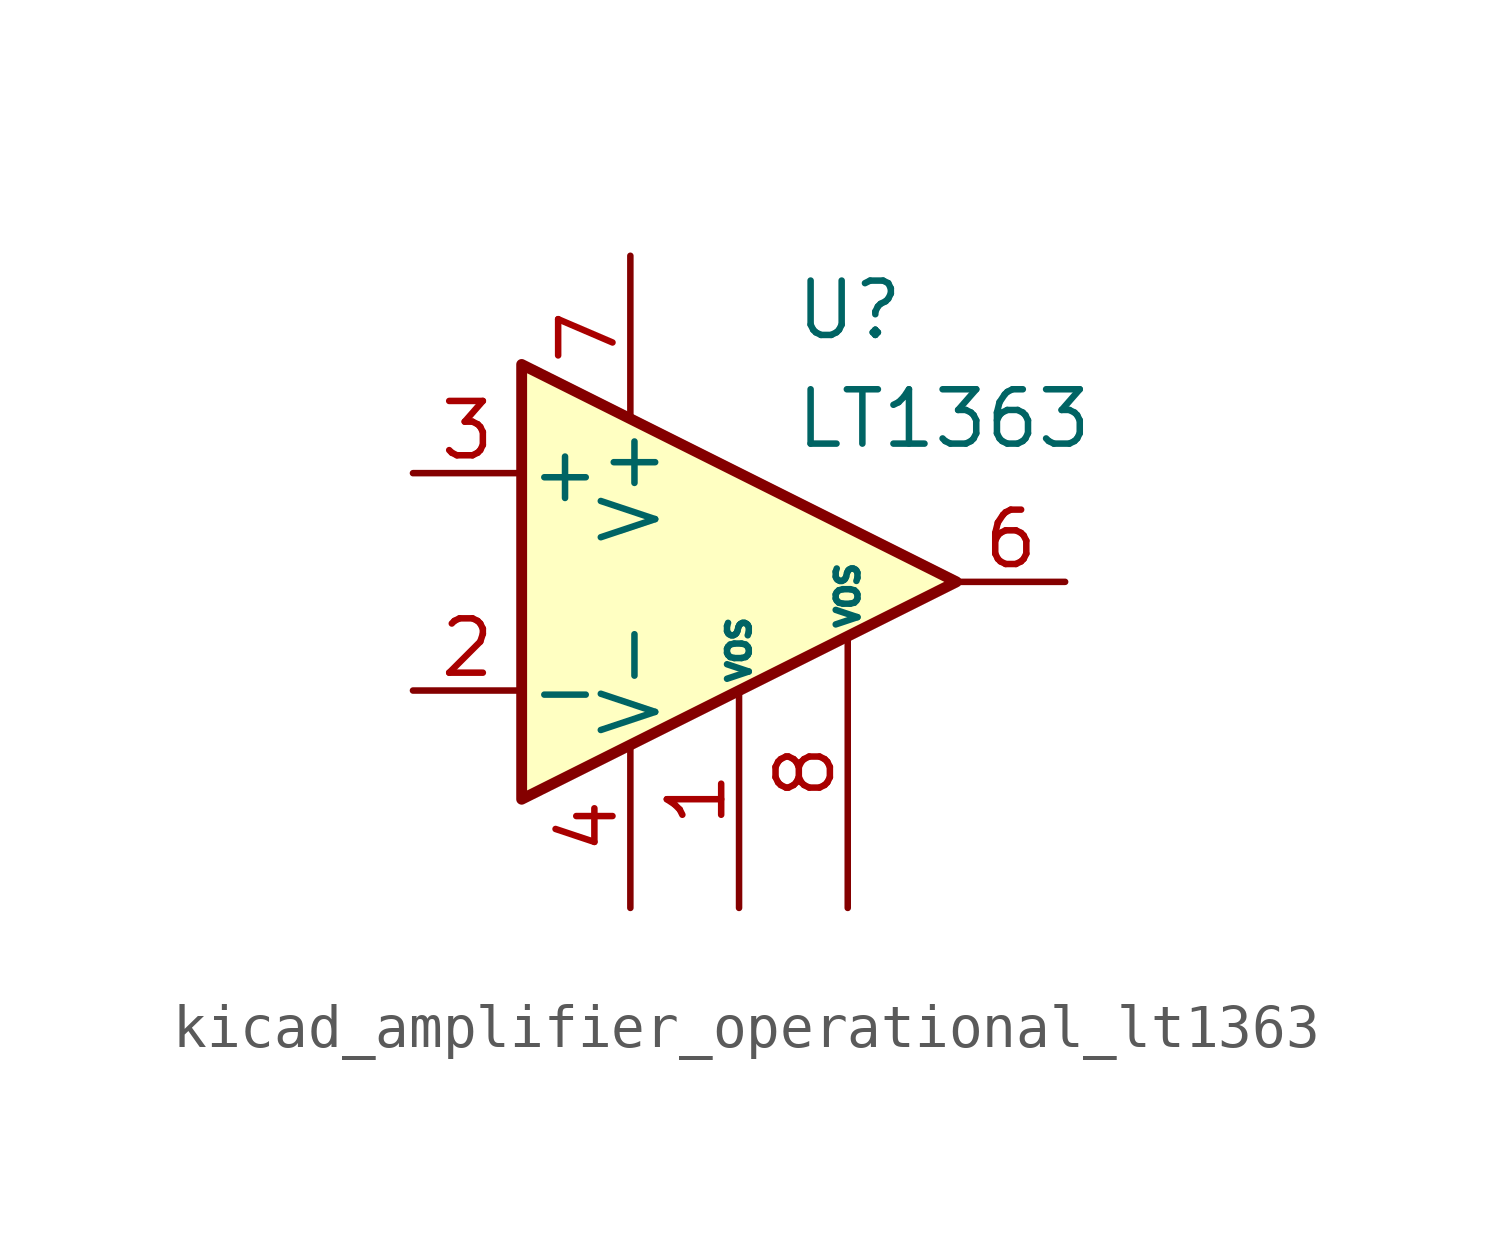
<source format=kicad_sym>
(kicad_symbol_lib
  (version 20220914)
  (generator kicad_symbol_editor)
  (symbol "kicad_amplifier_operational_lt1363"
    (pin_names
      (offset 0.127))
    (property "Reference" "U"
      (at 1.27 6.35 0)
      (effects (font (size 1.27 1.27)) (justify left)))
    (property "Value" "LT1363"
      (at 1.27 3.81 0)
      (effects (font (size 1.27 1.27)) (justify left)))
    (symbol "kicad_amplifier_operational_lt1363_0_1"
      (polyline (pts (xy -5.08 5.08) (xy 5.08 0) (xy -5.08 -5.08) (xy -5.08 5.08)) (stroke (width 0.254) (type default)) (fill (type background))))
    (symbol "kicad_amplifier_operational_lt1363_1_1"
      (pin input line (at 0 -7.62 90) (length 5.08) (name "VOS" (effects (font (size 0.508 0.508)))) (number "1" (effects (font (size 1.27 1.27)))))
      (pin input line (at -7.62 -2.54 0) (length 2.54) (name "-" (effects (font (size 1.27 1.27)))) (number "2" (effects (font (size 1.27 1.27)))))
      (pin input line (at -7.62 2.54 0) (length 2.54) (name "+" (effects (font (size 1.27 1.27)))) (number "3" (effects (font (size 1.27 1.27)))))
      (pin power_in line (at -2.54 -7.62 90) (length 3.81) (name "V-" (effects (font (size 1.27 1.27)))) (number "4" (effects (font (size 1.27 1.27)))))
      (pin no_connect line (at 0 2.54 270) (length 2.54) hide (name "NC" (effects (font (size 1.27 1.27)))) (number "5" (effects (font (size 1.27 1.27)))))
      (pin output line (at 7.62 0 180) (length 2.54) (name "~" (effects (font (size 1.27 1.27)))) (number "6" (effects (font (size 1.27 1.27)))))
      (pin power_in line (at -2.54 7.62 270) (length 3.81) (name "V+" (effects (font (size 1.27 1.27)))) (number "7" (effects (font (size 1.27 1.27)))))
      (pin input line (at 2.54 -7.62 90) (length 6.35) (name "VOS" (effects (font (size 0.508 0.508)))) (number "8" (effects (font (size 1.27 1.27))))))))
</source>
